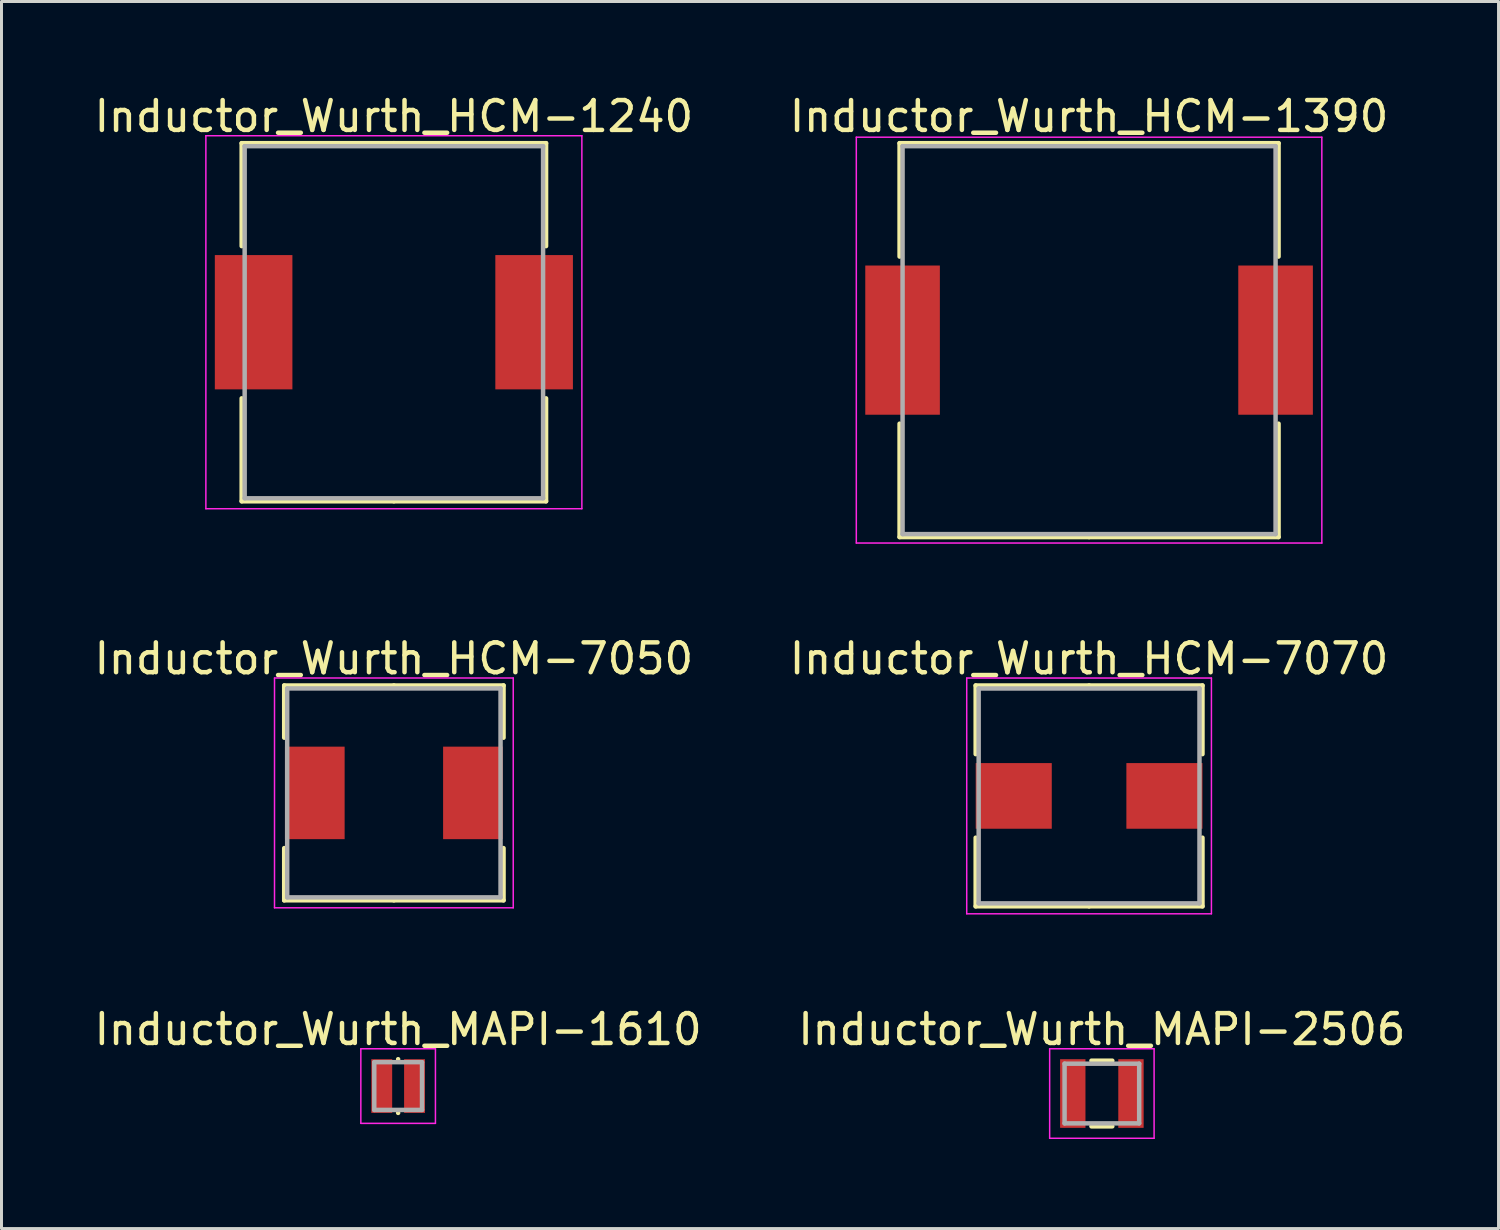
<source format=kicad_pcb>
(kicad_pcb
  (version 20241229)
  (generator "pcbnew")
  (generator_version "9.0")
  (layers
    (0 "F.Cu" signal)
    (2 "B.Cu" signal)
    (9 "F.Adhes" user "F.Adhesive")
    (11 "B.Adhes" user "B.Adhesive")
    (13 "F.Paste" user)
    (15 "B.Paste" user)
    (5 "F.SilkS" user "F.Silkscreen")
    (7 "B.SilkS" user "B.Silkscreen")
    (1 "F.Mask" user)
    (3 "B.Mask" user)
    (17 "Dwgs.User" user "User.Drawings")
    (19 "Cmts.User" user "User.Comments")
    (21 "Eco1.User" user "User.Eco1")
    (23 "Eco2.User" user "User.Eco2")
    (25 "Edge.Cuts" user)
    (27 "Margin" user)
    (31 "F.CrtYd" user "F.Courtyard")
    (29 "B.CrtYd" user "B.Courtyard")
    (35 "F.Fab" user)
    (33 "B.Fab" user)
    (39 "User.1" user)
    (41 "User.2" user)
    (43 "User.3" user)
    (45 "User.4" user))
  (footprint "Inductor_Wurth_MAPI-2506"
    (layer "F.Cu")
    (at 33.875 33.595)
    (property "Reference" "Inductor_Wurth_MAPI-2506" (at 0 -2.15 0) (layer "F.SilkS") (effects (font (size 1 1) (thickness 0.15))))
    (attr smd)
    (fp_line (start -0.35 -1.1) (end 0.35 -1.1) (stroke (width 0.15) (type solid)) (layer "F.SilkS"))
    (fp_line (start -0.35 1.1) (end 0.35 1.1) (stroke (width 0.15) (type solid)) (layer "F.SilkS"))
    (fp_line (start -1.75 -1.5) (end -1.75 1.5) (stroke (width 0.05) (type solid)) (layer "F.CrtYd"))
    (fp_line (start -1.75 1.5) (end 1.75 1.5) (stroke (width 0.05) (type solid)) (layer "F.CrtYd"))
    (fp_line (start 1.75 -1.5) (end -1.75 -1.5) (stroke (width 0.05) (type solid)) (layer "F.CrtYd"))
    (fp_line (start 1.75 1.5) (end 1.75 -1.5) (stroke (width 0.05) (type solid)) (layer "F.CrtYd"))
    (fp_line (start -1.25 -1) (end -1.25 1) (stroke (width 0.15) (type solid)) (layer "F.Fab"))
    (fp_line (start -1.25 1) (end 1.25 1) (stroke (width 0.15) (type solid)) (layer "F.Fab"))
    (fp_line (start 1.25 -1) (end -1.25 -1) (stroke (width 0.15) (type solid)) (layer "F.Fab"))
    (fp_line (start 1.25 1) (end 1.25 -1) (stroke (width 0.15) (type solid)) (layer "F.Fab"))
    (pad "1" smd rect (at -0.975 0) (size 0.85 2.3) (layers "F.Cu" "F.Mask" "F.Paste"))
    (pad "2" smd rect (at 0.975 0) (size 0.85 2.3) (layers "F.Cu" "F.Mask" "F.Paste")))
  (footprint "Inductor_Wurth_MAPI-1610"
    (layer "F.Cu")
    (at 10.292 33.345)
    (property "Reference" "Inductor_Wurth_MAPI-1610" (at 0 -1.9 0) (layer "F.SilkS") (effects (font (size 1 1) (thickness 0.15))))
    (attr smd)
    (fp_line (start 0 -0.9) (end 0 -0.9) (stroke (width 0.15) (type solid)) (layer "F.SilkS"))
    (fp_line (start 0 0.9) (end 0 0.9) (stroke (width 0.15) (type solid)) (layer "F.SilkS"))
    (fp_line (start -1.25 -1.25) (end -1.25 1.25) (stroke (width 0.05) (type solid)) (layer "F.CrtYd"))
    (fp_line (start -1.25 1.25) (end 1.25 1.25) (stroke (width 0.05) (type solid)) (layer "F.CrtYd"))
    (fp_line (start 1.25 -1.25) (end -1.25 -1.25) (stroke (width 0.05) (type solid)) (layer "F.CrtYd"))
    (fp_line (start 1.25 1.25) (end 1.25 -1.25) (stroke (width 0.05) (type solid)) (layer "F.CrtYd"))
    (fp_line (start -0.8 -0.8) (end -0.8 0.8) (stroke (width 0.15) (type solid)) (layer "F.Fab"))
    (fp_line (start -0.8 0.8) (end 0.8 0.8) (stroke (width 0.15) (type solid)) (layer "F.Fab"))
    (fp_line (start 0.8 -0.8) (end -0.8 -0.8) (stroke (width 0.15) (type solid)) (layer "F.Fab"))
    (fp_line (start 0.8 0.8) (end 0.8 -0.8) (stroke (width 0.15) (type solid)) (layer "F.Fab"))
    (pad "1" smd rect (at -0.55 0) (size 0.7 1.8) (layers "F.Cu" "F.Mask" "F.Paste"))
    (pad "2" smd rect (at 0.55 0) (size 0.7 1.8) (layers "F.Cu" "F.Mask" "F.Paste")))
  (footprint "Inductor_Wurth_HCM-1240"
    (layer "F.Cu")
    (at 10.149 7.748)
    (property "Reference" "Inductor_Wurth_HCM-1240" (at 0 -6.9 0) (layer "F.SilkS") (effects (font (size 1 1) (thickness 0.15))))
    (attr smd)
    (fp_line (start -5.1 -6) (end 0 -6) (stroke (width 0.15) (type solid)) (layer "F.SilkS"))
    (fp_line (start -5.1 -2.55) (end -5.1 -6) (stroke (width 0.15) (type solid)) (layer "F.SilkS"))
    (fp_line (start -5.1 2.55) (end -5.1 6) (stroke (width 0.15) (type solid)) (layer "F.SilkS"))
    (fp_line (start -5.1 6) (end 0 6) (stroke (width 0.15) (type solid)) (layer "F.SilkS"))
    (fp_line (start 5.1 -6) (end 0 -6) (stroke (width 0.15) (type solid)) (layer "F.SilkS"))
    (fp_line (start 5.1 -2.55) (end 5.1 -6) (stroke (width 0.15) (type solid)) (layer "F.SilkS"))
    (fp_line (start 5.1 2.55) (end 5.1 6) (stroke (width 0.15) (type solid)) (layer "F.SilkS"))
    (fp_line (start 5.1 6) (end 0 6) (stroke (width 0.15) (type solid)) (layer "F.SilkS"))
    (fp_line (start -6.3 -6.25) (end -6.3 6.25) (stroke (width 0.05) (type solid)) (layer "F.CrtYd"))
    (fp_line (start -6.3 6.25) (end 6.3 6.25) (stroke (width 0.05) (type solid)) (layer "F.CrtYd"))
    (fp_line (start 6.3 -6.25) (end -6.3 -6.25) (stroke (width 0.05) (type solid)) (layer "F.CrtYd"))
    (fp_line (start 6.3 6.25) (end 6.3 -6.25) (stroke (width 0.05) (type solid)) (layer "F.CrtYd"))
    (fp_line (start -5 -5.9) (end -5 5.9) (stroke (width 0.15) (type solid)) (layer "F.Fab"))
    (fp_line (start -5 5.9) (end 5 5.9) (stroke (width 0.15) (type solid)) (layer "F.Fab"))
    (fp_line (start 5 -5.9) (end -5 -5.9) (stroke (width 0.15) (type solid)) (layer "F.Fab"))
    (fp_line (start 5 5.9) (end 5 -5.9) (stroke (width 0.15) (type solid)) (layer "F.Fab"))
    (pad "1" smd rect (at -4.7 0) (size 2.6 4.5) (layers "F.Cu" "F.Mask" "F.Paste"))
    (pad "2" smd rect (at 4.7 0) (size 2.6 4.5) (layers "F.Cu" "F.Mask" "F.Paste")))
  (footprint "Inductor_Wurth_HCM-7050"
    (layer "F.Cu")
    (at 10.149 23.521)
    (property "Reference" "Inductor_Wurth_HCM-7050" (at 0 -4.5 0) (layer "F.SilkS") (effects (font (size 1 1) (thickness 0.15))))
    (attr smd)
    (fp_line (start -3.675 -3.6) (end 0 -3.6) (stroke (width 0.15) (type solid)) (layer "F.SilkS"))
    (fp_line (start -3.675 -1.85) (end -3.675 -3.6) (stroke (width 0.15) (type solid)) (layer "F.SilkS"))
    (fp_line (start -3.675 1.85) (end -3.675 3.6) (stroke (width 0.15) (type solid)) (layer "F.SilkS"))
    (fp_line (start -3.675 3.6) (end 0 3.6) (stroke (width 0.15) (type solid)) (layer "F.SilkS"))
    (fp_line (start 3.675 -3.6) (end 0 -3.6) (stroke (width 0.15) (type solid)) (layer "F.SilkS"))
    (fp_line (start 3.675 -1.85) (end 3.675 -3.6) (stroke (width 0.15) (type solid)) (layer "F.SilkS"))
    (fp_line (start 3.675 1.85) (end 3.675 3.6) (stroke (width 0.15) (type solid)) (layer "F.SilkS"))
    (fp_line (start 3.675 3.6) (end 0 3.6) (stroke (width 0.15) (type solid)) (layer "F.SilkS"))
    (fp_line (start -4 -3.85) (end -4 3.85) (stroke (width 0.05) (type solid)) (layer "F.CrtYd"))
    (fp_line (start -4 3.85) (end 4 3.85) (stroke (width 0.05) (type solid)) (layer "F.CrtYd"))
    (fp_line (start 4 -3.85) (end -4 -3.85) (stroke (width 0.05) (type solid)) (layer "F.CrtYd"))
    (fp_line (start 4 3.85) (end 4 -3.85) (stroke (width 0.05) (type solid)) (layer "F.CrtYd"))
    (fp_line (start -3.575 -3.5) (end -3.575 3.5) (stroke (width 0.15) (type solid)) (layer "F.Fab"))
    (fp_line (start -3.575 3.5) (end 3.575 3.5) (stroke (width 0.15) (type solid)) (layer "F.Fab"))
    (fp_line (start 3.575 -3.5) (end -3.575 -3.5) (stroke (width 0.15) (type solid)) (layer "F.Fab"))
    (fp_line (start 3.575 3.5) (end 3.575 -3.5) (stroke (width 0.15) (type solid)) (layer "F.Fab"))
    (pad "1" smd rect (at -2.65 0) (size 2 3.1) (layers "F.Cu" "F.Mask" "F.Paste"))
    (pad "2" smd rect (at 2.65 0) (size 2 3.1) (layers "F.Cu" "F.Mask" "F.Paste")))
  (footprint "Inductor_Wurth_HCM-1390"
    (layer "F.Cu")
    (at 33.446 8.348)
    (property "Reference" "Inductor_Wurth_HCM-1390" (at 0 -7.5 0) (layer "F.SilkS") (effects (font (size 1 1) (thickness 0.15))))
    (attr smd)
    (fp_line (start -6.35 -6.6) (end 0 -6.6) (stroke (width 0.15) (type solid)) (layer "F.SilkS"))
    (fp_line (start -6.35 -2.8) (end -6.35 -6.6) (stroke (width 0.15) (type solid)) (layer "F.SilkS"))
    (fp_line (start -6.35 2.8) (end -6.35 6.6) (stroke (width 0.15) (type solid)) (layer "F.SilkS"))
    (fp_line (start -6.35 6.6) (end 0 6.6) (stroke (width 0.15) (type solid)) (layer "F.SilkS"))
    (fp_line (start 6.35 -6.6) (end 0 -6.6) (stroke (width 0.15) (type solid)) (layer "F.SilkS"))
    (fp_line (start 6.35 -2.8) (end 6.35 -6.6) (stroke (width 0.15) (type solid)) (layer "F.SilkS"))
    (fp_line (start 6.35 2.8) (end 6.35 6.6) (stroke (width 0.15) (type solid)) (layer "F.SilkS"))
    (fp_line (start 6.35 6.6) (end 0 6.6) (stroke (width 0.15) (type solid)) (layer "F.SilkS"))
    (fp_line (start -7.8 -6.8) (end -7.8 6.8) (stroke (width 0.05) (type solid)) (layer "F.CrtYd"))
    (fp_line (start -7.8 6.8) (end 7.8 6.8) (stroke (width 0.05) (type solid)) (layer "F.CrtYd"))
    (fp_line (start 7.8 -6.8) (end -7.8 -6.8) (stroke (width 0.05) (type solid)) (layer "F.CrtYd"))
    (fp_line (start 7.8 6.8) (end 7.8 -6.8) (stroke (width 0.05) (type solid)) (layer "F.CrtYd"))
    (fp_line (start -6.25 -6.5) (end -6.25 6.5) (stroke (width 0.15) (type solid)) (layer "F.Fab"))
    (fp_line (start -6.25 6.5) (end 6.25 6.5) (stroke (width 0.15) (type solid)) (layer "F.Fab"))
    (fp_line (start 6.25 -6.5) (end -6.25 -6.5) (stroke (width 0.15) (type solid)) (layer "F.Fab"))
    (fp_line (start 6.25 6.5) (end 6.25 -6.5) (stroke (width 0.15) (type solid)) (layer "F.Fab"))
    (pad "1" smd rect (at -6.25 0) (size 2.5 5) (layers "F.Cu" "F.Mask" "F.Paste"))
    (pad "2" smd rect (at 6.25 0) (size 2.5 5) (layers "F.Cu" "F.Mask" "F.Paste")))
  (footprint "Inductor_Wurth_HCM-7070"
    (layer "F.Cu")
    (at 33.446 23.622)
    (property "Reference" "Inductor_Wurth_HCM-7070" (at 0 -4.6 0) (layer "F.SilkS") (effects (font (size 1 1) (thickness 0.15))))
    (attr smd)
    (fp_line (start -3.8 -3.7) (end 0 -3.7) (stroke (width 0.15) (type solid)) (layer "F.SilkS"))
    (fp_line (start -3.8 -1.4) (end -3.8 -3.7) (stroke (width 0.15) (type solid)) (layer "F.SilkS"))
    (fp_line (start -3.8 1.4) (end -3.8 3.7) (stroke (width 0.15) (type solid)) (layer "F.SilkS"))
    (fp_line (start -3.8 3.7) (end 0 3.7) (stroke (width 0.15) (type solid)) (layer "F.SilkS"))
    (fp_line (start 3.8 -3.7) (end 0 -3.7) (stroke (width 0.15) (type solid)) (layer "F.SilkS"))
    (fp_line (start 3.8 -1.4) (end 3.8 -3.7) (stroke (width 0.15) (type solid)) (layer "F.SilkS"))
    (fp_line (start 3.8 1.4) (end 3.8 3.7) (stroke (width 0.15) (type solid)) (layer "F.SilkS"))
    (fp_line (start 3.8 3.7) (end 0 3.7) (stroke (width 0.15) (type solid)) (layer "F.SilkS"))
    (fp_line (start -4.1 -3.95) (end -4.1 3.95) (stroke (width 0.05) (type solid)) (layer "F.CrtYd"))
    (fp_line (start -4.1 3.95) (end 4.1 3.95) (stroke (width 0.05) (type solid)) (layer "F.CrtYd"))
    (fp_line (start 4.1 -3.95) (end -4.1 -3.95) (stroke (width 0.05) (type solid)) (layer "F.CrtYd"))
    (fp_line (start 4.1 3.95) (end 4.1 -3.95) (stroke (width 0.05) (type solid)) (layer "F.CrtYd"))
    (fp_line (start -3.7 -3.6) (end -3.7 3.6) (stroke (width 0.15) (type solid)) (layer "F.Fab"))
    (fp_line (start -3.7 3.6) (end 3.7 3.6) (stroke (width 0.15) (type solid)) (layer "F.Fab"))
    (fp_line (start 3.7 -3.6) (end -3.7 -3.6) (stroke (width 0.15) (type solid)) (layer "F.Fab"))
    (fp_line (start 3.7 3.6) (end 3.7 -3.6) (stroke (width 0.15) (type solid)) (layer "F.Fab"))
    (pad "1" smd rect (at -2.525 0) (size 2.55 2.2) (layers "F.Cu" "F.Mask" "F.Paste"))
    (pad "2" smd rect (at 2.525 0) (size 2.55 2.2) (layers "F.Cu" "F.Mask" "F.Paste")))
  (gr_rect
    (start -3 -3)
    (end 47.167 38.12)
    (stroke (width 0.1) (type default))
    (fill no)
    (layer "Edge.Cuts")))
</source>
